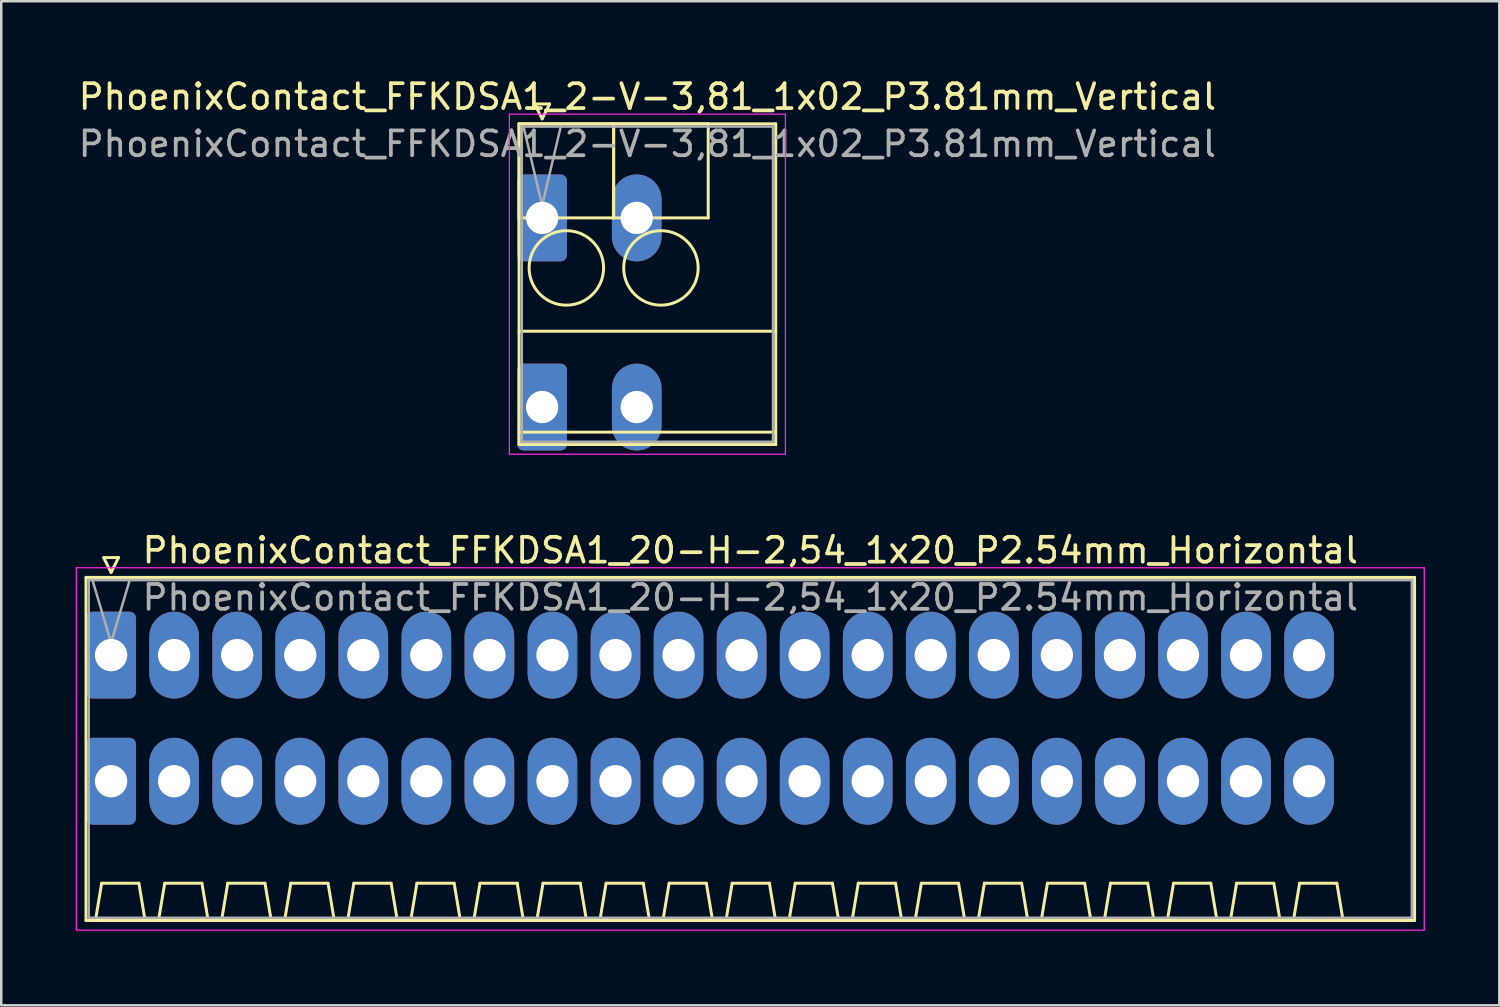
<source format=kicad_pcb>
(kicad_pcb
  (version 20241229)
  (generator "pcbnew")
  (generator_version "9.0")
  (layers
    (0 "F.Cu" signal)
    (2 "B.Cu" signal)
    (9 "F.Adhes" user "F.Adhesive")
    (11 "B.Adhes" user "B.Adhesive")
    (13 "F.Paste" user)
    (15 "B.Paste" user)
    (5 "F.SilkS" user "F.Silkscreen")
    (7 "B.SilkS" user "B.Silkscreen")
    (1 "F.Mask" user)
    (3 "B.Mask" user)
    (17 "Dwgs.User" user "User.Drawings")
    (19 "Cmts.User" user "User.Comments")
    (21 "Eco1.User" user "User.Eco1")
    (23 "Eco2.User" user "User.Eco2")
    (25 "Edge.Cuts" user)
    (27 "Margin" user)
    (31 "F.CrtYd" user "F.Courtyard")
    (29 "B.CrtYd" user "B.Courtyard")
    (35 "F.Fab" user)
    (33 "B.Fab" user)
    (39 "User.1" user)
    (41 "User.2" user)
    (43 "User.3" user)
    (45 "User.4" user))
  (footprint "PhoenixContact_FFKDSA1_2-V-3,81_1x02_P3.81mm_Vertical"
    (layer "F.Cu")
    (at 18.79 5.728)
    (property "Reference" "PhoenixContact_FFKDSA1_2-V-3,81_1x02_P3.81mm_Vertical" (at 4.24 -4.88 0) (layer "F.SilkS") (effects (font (size 1 1) (thickness 0.15))))
    (attr through_hole)
    (fp_line (start -0.93 -3.79) (end -0.93 0) (stroke (width 0.12) (type solid)) (layer "F.SilkS"))
    (fp_line (start -0.93 -3.79) (end -0.93 9.13) (stroke (width 0.12) (type solid)) (layer "F.SilkS"))
    (fp_line (start -0.93 0) (end 2.88 0) (stroke (width 0.12) (type solid)) (layer "F.SilkS"))
    (fp_line (start -0.93 4.565) (end 9.41 4.565) (stroke (width 0.12) (type solid)) (layer "F.SilkS"))
    (fp_line (start -0.93 8.63) (end 9.41 8.63) (stroke (width 0.12) (type solid)) (layer "F.SilkS"))
    (fp_line (start -0.93 9.13) (end 9.41 9.13) (stroke (width 0.12) (type solid)) (layer "F.SilkS"))
    (fp_line (start -0.3 -4.59) (end 0.3 -4.59) (stroke (width 0.12) (type solid)) (layer "F.SilkS"))
    (fp_line (start 0 -3.99) (end -0.3 -4.59) (stroke (width 0.12) (type solid)) (layer "F.SilkS"))
    (fp_line (start 0.3 -4.59) (end 0 -3.99) (stroke (width 0.12) (type solid)) (layer "F.SilkS"))
    (fp_line (start 2.88 -3.79) (end -0.93 -3.79) (stroke (width 0.12) (type solid)) (layer "F.SilkS"))
    (fp_line (start 2.88 -3.79) (end 2.88 0) (stroke (width 0.12) (type solid)) (layer "F.SilkS"))
    (fp_line (start 2.88 0) (end 2.88 -3.79) (stroke (width 0.12) (type solid)) (layer "F.SilkS"))
    (fp_line (start 2.88 0) (end 6.69 0) (stroke (width 0.12) (type solid)) (layer "F.SilkS"))
    (fp_line (start 6.69 -3.79) (end 2.88 -3.79) (stroke (width 0.12) (type solid)) (layer "F.SilkS"))
    (fp_line (start 6.69 0) (end 6.69 -3.79) (stroke (width 0.12) (type solid)) (layer "F.SilkS"))
    (fp_line (start 9.41 -3.79) (end -0.93 -3.79) (stroke (width 0.12) (type solid)) (layer "F.SilkS"))
    (fp_line (start 9.41 9.13) (end 9.41 -3.79) (stroke (width 0.12) (type solid)) (layer "F.SilkS"))
    (fp_circle (center 0.975 2.015) (end 2.475 2.015) (stroke (width 0.12) (type solid)) (fill no) (layer "F.SilkS"))
    (fp_circle (center 4.785 2.015) (end 6.285 2.015) (stroke (width 0.12) (type solid)) (fill no) (layer "F.SilkS"))
    (fp_line (start -1.32 -4.18) (end -1.32 9.52) (stroke (width 0.05) (type solid)) (layer "F.CrtYd"))
    (fp_line (start -1.32 9.52) (end 9.8 9.52) (stroke (width 0.05) (type solid)) (layer "F.CrtYd"))
    (fp_line (start 9.8 -4.18) (end -1.32 -4.18) (stroke (width 0.05) (type solid)) (layer "F.CrtYd"))
    (fp_line (start 9.8 9.52) (end 9.8 -4.18) (stroke (width 0.05) (type solid)) (layer "F.CrtYd"))
    (fp_line (start -0.82 -3.68) (end -0.82 9.02) (stroke (width 0.1) (type solid)) (layer "F.Fab"))
    (fp_line (start -0.82 9.02) (end 9.3 9.02) (stroke (width 0.1) (type solid)) (layer "F.Fab"))
    (fp_line (start 0 -0.5) (end -0.75 -3.68) (stroke (width 0.1) (type solid)) (layer "F.Fab"))
    (fp_line (start 0.75 -3.68) (end 0 -0.5) (stroke (width 0.1) (type solid)) (layer "F.Fab"))
    (fp_line (start 9.3 -3.68) (end -0.82 -3.68) (stroke (width 0.1) (type solid)) (layer "F.Fab"))
    (fp_line (start 9.3 9.02) (end 9.3 -3.68) (stroke (width 0.1) (type solid)) (layer "F.Fab"))
    (fp_text user "${REFERENCE}" (at 4.24 -2.98 0) (layer "F.Fab") (effects (font (size 1 1) (thickness 0.15))))
    (pad "1" thru_hole roundrect (at 0 0) (size 2 3.5) (drill 1.3) (layers "*.Cu" "*.Mask") (roundrect_rratio 0.125))
    (pad "1" thru_hole roundrect (at 0 7.62) (size 2 3.5) (drill 1.3) (layers "*.Cu" "*.Mask") (roundrect_rratio 0.125))
    (pad "2" thru_hole oval (at 3.81 0) (size 2 3.5) (drill 1.3) (layers "*.Cu" "*.Mask"))
    (pad "2" thru_hole oval (at 3.81 7.62) (size 2 3.5) (drill 1.3) (layers "*.Cu" "*.Mask")))
  (footprint "PhoenixContact_FFKDSA1_20-H-2,54_1x20_P2.54mm_Horizontal"
    (layer "F.Cu")
    (at 1.425 23.341)
    (property "Reference" "PhoenixContact_FFKDSA1_20-H-2,54_1x20_P2.54mm_Horizontal" (at 25.75 -4.22 0) (layer "F.SilkS") (effects (font (size 1 1) (thickness 0.15))))
    (attr through_hole)
    (fp_line (start -1.01 -3.13) (end -1.01 10.69) (stroke (width 0.12) (type solid)) (layer "F.SilkS"))
    (fp_line (start -1.01 10.69) (end 52.51 10.69) (stroke (width 0.12) (type solid)) (layer "F.SilkS"))
    (fp_line (start -0.63 10.69) (end 1.37 10.69) (stroke (width 0.12) (type solid)) (layer "F.SilkS"))
    (fp_line (start -0.38 9.19) (end -0.63 10.69) (stroke (width 0.12) (type solid)) (layer "F.SilkS"))
    (fp_line (start -0.3 -3.93) (end 0.3 -3.93) (stroke (width 0.12) (type solid)) (layer "F.SilkS"))
    (fp_line (start 0 -3.33) (end -0.3 -3.93) (stroke (width 0.12) (type solid)) (layer "F.SilkS"))
    (fp_line (start 0.3 -3.93) (end 0 -3.33) (stroke (width 0.12) (type solid)) (layer "F.SilkS"))
    (fp_line (start 1.12 9.19) (end -0.38 9.19) (stroke (width 0.12) (type solid)) (layer "F.SilkS"))
    (fp_line (start 1.37 10.69) (end 1.12 9.19) (stroke (width 0.12) (type solid)) (layer "F.SilkS"))
    (fp_line (start 1.91 10.69) (end 3.91 10.69) (stroke (width 0.12) (type solid)) (layer "F.SilkS"))
    (fp_line (start 2.16 9.19) (end 1.91 10.69) (stroke (width 0.12) (type solid)) (layer "F.SilkS"))
    (fp_line (start 3.66 9.19) (end 2.16 9.19) (stroke (width 0.12) (type solid)) (layer "F.SilkS"))
    (fp_line (start 3.91 10.69) (end 3.66 9.19) (stroke (width 0.12) (type solid)) (layer "F.SilkS"))
    (fp_line (start 4.45 10.69) (end 6.45 10.69) (stroke (width 0.12) (type solid)) (layer "F.SilkS"))
    (fp_line (start 4.7 9.19) (end 4.45 10.69) (stroke (width 0.12) (type solid)) (layer "F.SilkS"))
    (fp_line (start 6.2 9.19) (end 4.7 9.19) (stroke (width 0.12) (type solid)) (layer "F.SilkS"))
    (fp_line (start 6.45 10.69) (end 6.2 9.19) (stroke (width 0.12) (type solid)) (layer "F.SilkS"))
    (fp_line (start 6.99 10.69) (end 8.99 10.69) (stroke (width 0.12) (type solid)) (layer "F.SilkS"))
    (fp_line (start 7.24 9.19) (end 6.99 10.69) (stroke (width 0.12) (type solid)) (layer "F.SilkS"))
    (fp_line (start 8.74 9.19) (end 7.24 9.19) (stroke (width 0.12) (type solid)) (layer "F.SilkS"))
    (fp_line (start 8.99 10.69) (end 8.74 9.19) (stroke (width 0.12) (type solid)) (layer "F.SilkS"))
    (fp_line (start 9.53 10.69) (end 11.53 10.69) (stroke (width 0.12) (type solid)) (layer "F.SilkS"))
    (fp_line (start 9.78 9.19) (end 9.53 10.69) (stroke (width 0.12) (type solid)) (layer "F.SilkS"))
    (fp_line (start 11.28 9.19) (end 9.78 9.19) (stroke (width 0.12) (type solid)) (layer "F.SilkS"))
    (fp_line (start 11.53 10.69) (end 11.28 9.19) (stroke (width 0.12) (type solid)) (layer "F.SilkS"))
    (fp_line (start 12.07 10.69) (end 14.07 10.69) (stroke (width 0.12) (type solid)) (layer "F.SilkS"))
    (fp_line (start 12.32 9.19) (end 12.07 10.69) (stroke (width 0.12) (type solid)) (layer "F.SilkS"))
    (fp_line (start 13.82 9.19) (end 12.32 9.19) (stroke (width 0.12) (type solid)) (layer "F.SilkS"))
    (fp_line (start 14.07 10.69) (end 13.82 9.19) (stroke (width 0.12) (type solid)) (layer "F.SilkS"))
    (fp_line (start 14.61 10.69) (end 16.61 10.69) (stroke (width 0.12) (type solid)) (layer "F.SilkS"))
    (fp_line (start 14.86 9.19) (end 14.61 10.69) (stroke (width 0.12) (type solid)) (layer "F.SilkS"))
    (fp_line (start 16.36 9.19) (end 14.86 9.19) (stroke (width 0.12) (type solid)) (layer "F.SilkS"))
    (fp_line (start 16.61 10.69) (end 16.36 9.19) (stroke (width 0.12) (type solid)) (layer "F.SilkS"))
    (fp_line (start 17.15 10.69) (end 19.15 10.69) (stroke (width 0.12) (type solid)) (layer "F.SilkS"))
    (fp_line (start 17.4 9.19) (end 17.15 10.69) (stroke (width 0.12) (type solid)) (layer "F.SilkS"))
    (fp_line (start 18.9 9.19) (end 17.4 9.19) (stroke (width 0.12) (type solid)) (layer "F.SilkS"))
    (fp_line (start 19.15 10.69) (end 18.9 9.19) (stroke (width 0.12) (type solid)) (layer "F.SilkS"))
    (fp_line (start 19.69 10.69) (end 21.69 10.69) (stroke (width 0.12) (type solid)) (layer "F.SilkS"))
    (fp_line (start 19.94 9.19) (end 19.69 10.69) (stroke (width 0.12) (type solid)) (layer "F.SilkS"))
    (fp_line (start 21.44 9.19) (end 19.94 9.19) (stroke (width 0.12) (type solid)) (layer "F.SilkS"))
    (fp_line (start 21.69 10.69) (end 21.44 9.19) (stroke (width 0.12) (type solid)) (layer "F.SilkS"))
    (fp_line (start 22.23 10.69) (end 24.23 10.69) (stroke (width 0.12) (type solid)) (layer "F.SilkS"))
    (fp_line (start 22.48 9.19) (end 22.23 10.69) (stroke (width 0.12) (type solid)) (layer "F.SilkS"))
    (fp_line (start 23.98 9.19) (end 22.48 9.19) (stroke (width 0.12) (type solid)) (layer "F.SilkS"))
    (fp_line (start 24.23 10.69) (end 23.98 9.19) (stroke (width 0.12) (type solid)) (layer "F.SilkS"))
    (fp_line (start 24.77 10.69) (end 26.77 10.69) (stroke (width 0.12) (type solid)) (layer "F.SilkS"))
    (fp_line (start 25.02 9.19) (end 24.77 10.69) (stroke (width 0.12) (type solid)) (layer "F.SilkS"))
    (fp_line (start 26.52 9.19) (end 25.02 9.19) (stroke (width 0.12) (type solid)) (layer "F.SilkS"))
    (fp_line (start 26.77 10.69) (end 26.52 9.19) (stroke (width 0.12) (type solid)) (layer "F.SilkS"))
    (fp_line (start 27.31 10.69) (end 29.31 10.69) (stroke (width 0.12) (type solid)) (layer "F.SilkS"))
    (fp_line (start 27.56 9.19) (end 27.31 10.69) (stroke (width 0.12) (type solid)) (layer "F.SilkS"))
    (fp_line (start 29.06 9.19) (end 27.56 9.19) (stroke (width 0.12) (type solid)) (layer "F.SilkS"))
    (fp_line (start 29.31 10.69) (end 29.06 9.19) (stroke (width 0.12) (type solid)) (layer "F.SilkS"))
    (fp_line (start 29.85 10.69) (end 31.85 10.69) (stroke (width 0.12) (type solid)) (layer "F.SilkS"))
    (fp_line (start 30.1 9.19) (end 29.85 10.69) (stroke (width 0.12) (type solid)) (layer "F.SilkS"))
    (fp_line (start 31.6 9.19) (end 30.1 9.19) (stroke (width 0.12) (type solid)) (layer "F.SilkS"))
    (fp_line (start 31.85 10.69) (end 31.6 9.19) (stroke (width 0.12) (type solid)) (layer "F.SilkS"))
    (fp_line (start 32.39 10.69) (end 34.39 10.69) (stroke (width 0.12) (type solid)) (layer "F.SilkS"))
    (fp_line (start 32.64 9.19) (end 32.39 10.69) (stroke (width 0.12) (type solid)) (layer "F.SilkS"))
    (fp_line (start 34.14 9.19) (end 32.64 9.19) (stroke (width 0.12) (type solid)) (layer "F.SilkS"))
    (fp_line (start 34.39 10.69) (end 34.14 9.19) (stroke (width 0.12) (type solid)) (layer "F.SilkS"))
    (fp_line (start 34.93 10.69) (end 36.93 10.69) (stroke (width 0.12) (type solid)) (layer "F.SilkS"))
    (fp_line (start 35.18 9.19) (end 34.93 10.69) (stroke (width 0.12) (type solid)) (layer "F.SilkS"))
    (fp_line (start 36.68 9.19) (end 35.18 9.19) (stroke (width 0.12) (type solid)) (layer "F.SilkS"))
    (fp_line (start 36.93 10.69) (end 36.68 9.19) (stroke (width 0.12) (type solid)) (layer "F.SilkS"))
    (fp_line (start 37.47 10.69) (end 39.47 10.69) (stroke (width 0.12) (type solid)) (layer "F.SilkS"))
    (fp_line (start 37.72 9.19) (end 37.47 10.69) (stroke (width 0.12) (type solid)) (layer "F.SilkS"))
    (fp_line (start 39.22 9.19) (end 37.72 9.19) (stroke (width 0.12) (type solid)) (layer "F.SilkS"))
    (fp_line (start 39.47 10.69) (end 39.22 9.19) (stroke (width 0.12) (type solid)) (layer "F.SilkS"))
    (fp_line (start 40.01 10.69) (end 42.01 10.69) (stroke (width 0.12) (type solid)) (layer "F.SilkS"))
    (fp_line (start 40.26 9.19) (end 40.01 10.69) (stroke (width 0.12) (type solid)) (layer "F.SilkS"))
    (fp_line (start 41.76 9.19) (end 40.26 9.19) (stroke (width 0.12) (type solid)) (layer "F.SilkS"))
    (fp_line (start 42.01 10.69) (end 41.76 9.19) (stroke (width 0.12) (type solid)) (layer "F.SilkS"))
    (fp_line (start 42.55 10.69) (end 44.55 10.69) (stroke (width 0.12) (type solid)) (layer "F.SilkS"))
    (fp_line (start 42.8 9.19) (end 42.55 10.69) (stroke (width 0.12) (type solid)) (layer "F.SilkS"))
    (fp_line (start 44.3 9.19) (end 42.8 9.19) (stroke (width 0.12) (type solid)) (layer "F.SilkS"))
    (fp_line (start 44.55 10.69) (end 44.3 9.19) (stroke (width 0.12) (type solid)) (layer "F.SilkS"))
    (fp_line (start 45.09 10.69) (end 47.09 10.69) (stroke (width 0.12) (type solid)) (layer "F.SilkS"))
    (fp_line (start 45.34 9.19) (end 45.09 10.69) (stroke (width 0.12) (type solid)) (layer "F.SilkS"))
    (fp_line (start 46.84 9.19) (end 45.34 9.19) (stroke (width 0.12) (type solid)) (layer "F.SilkS"))
    (fp_line (start 47.09 10.69) (end 46.84 9.19) (stroke (width 0.12) (type solid)) (layer "F.SilkS"))
    (fp_line (start 47.63 10.69) (end 49.63 10.69) (stroke (width 0.12) (type solid)) (layer "F.SilkS"))
    (fp_line (start 47.88 9.19) (end 47.63 10.69) (stroke (width 0.12) (type solid)) (layer "F.SilkS"))
    (fp_line (start 49.38 9.19) (end 47.88 9.19) (stroke (width 0.12) (type solid)) (layer "F.SilkS"))
    (fp_line (start 49.63 10.69) (end 49.38 9.19) (stroke (width 0.12) (type solid)) (layer "F.SilkS"))
    (fp_line (start 52.51 -3.13) (end -1.01 -3.13) (stroke (width 0.12) (type solid)) (layer "F.SilkS"))
    (fp_line (start 52.51 10.69) (end 52.51 -3.13) (stroke (width 0.12) (type solid)) (layer "F.SilkS"))
    (fp_line (start -1.4 -3.52) (end -1.4 11.08) (stroke (width 0.05) (type solid)) (layer "F.CrtYd"))
    (fp_line (start -1.4 11.08) (end 52.9 11.08) (stroke (width 0.05) (type solid)) (layer "F.CrtYd"))
    (fp_line (start 52.9 -3.52) (end -1.4 -3.52) (stroke (width 0.05) (type solid)) (layer "F.CrtYd"))
    (fp_line (start 52.9 11.08) (end 52.9 -3.52) (stroke (width 0.05) (type solid)) (layer "F.CrtYd"))
    (fp_line (start -0.9 -3.02) (end -0.9 10.58) (stroke (width 0.1) (type solid)) (layer "F.Fab"))
    (fp_line (start -0.9 10.58) (end 52.4 10.58) (stroke (width 0.1) (type solid)) (layer "F.Fab"))
    (fp_line (start 0 -0.5) (end -0.75 -3.02) (stroke (width 0.1) (type solid)) (layer "F.Fab"))
    (fp_line (start 0.75 -3.02) (end 0 -0.5) (stroke (width 0.1) (type solid)) (layer "F.Fab"))
    (fp_line (start 52.4 -3.02) (end -0.9 -3.02) (stroke (width 0.1) (type solid)) (layer "F.Fab"))
    (fp_line (start 52.4 10.58) (end 52.4 -3.02) (stroke (width 0.1) (type solid)) (layer "F.Fab"))
    (fp_text user "${REFERENCE}" (at 25.75 -2.32 0) (layer "F.Fab") (effects (font (size 1 1) (thickness 0.15))))
    (pad "1" thru_hole roundrect (at 0 0) (size 2 3.5) (drill 1.3) (layers "*.Cu" "*.Mask") (roundrect_rratio 0.125))
    (pad "1" thru_hole roundrect (at 0 5.08) (size 2 3.5) (drill 1.3) (layers "*.Cu" "*.Mask") (roundrect_rratio 0.125))
    (pad "2" thru_hole oval (at 2.54 0) (size 2 3.5) (drill 1.3) (layers "*.Cu" "*.Mask"))
    (pad "2" thru_hole oval (at 2.54 5.08) (size 2 3.5) (drill 1.3) (layers "*.Cu" "*.Mask"))
    (pad "3" thru_hole oval (at 5.08 0) (size 2 3.5) (drill 1.3) (layers "*.Cu" "*.Mask"))
    (pad "3" thru_hole oval (at 5.08 5.08) (size 2 3.5) (drill 1.3) (layers "*.Cu" "*.Mask"))
    (pad "4" thru_hole oval (at 7.62 0) (size 2 3.5) (drill 1.3) (layers "*.Cu" "*.Mask"))
    (pad "4" thru_hole oval (at 7.62 5.08) (size 2 3.5) (drill 1.3) (layers "*.Cu" "*.Mask"))
    (pad "5" thru_hole oval (at 10.16 0) (size 2 3.5) (drill 1.3) (layers "*.Cu" "*.Mask"))
    (pad "5" thru_hole oval (at 10.16 5.08) (size 2 3.5) (drill 1.3) (layers "*.Cu" "*.Mask"))
    (pad "6" thru_hole oval (at 12.7 0) (size 2 3.5) (drill 1.3) (layers "*.Cu" "*.Mask"))
    (pad "6" thru_hole oval (at 12.7 5.08) (size 2 3.5) (drill 1.3) (layers "*.Cu" "*.Mask"))
    (pad "7" thru_hole oval (at 15.24 0) (size 2 3.5) (drill 1.3) (layers "*.Cu" "*.Mask"))
    (pad "7" thru_hole oval (at 15.24 5.08) (size 2 3.5) (drill 1.3) (layers "*.Cu" "*.Mask"))
    (pad "8" thru_hole oval (at 17.78 0) (size 2 3.5) (drill 1.3) (layers "*.Cu" "*.Mask"))
    (pad "8" thru_hole oval (at 17.78 5.08) (size 2 3.5) (drill 1.3) (layers "*.Cu" "*.Mask"))
    (pad "9" thru_hole oval (at 20.32 0) (size 2 3.5) (drill 1.3) (layers "*.Cu" "*.Mask"))
    (pad "9" thru_hole oval (at 20.32 5.08) (size 2 3.5) (drill 1.3) (layers "*.Cu" "*.Mask"))
    (pad "10" thru_hole oval (at 22.86 0) (size 2 3.5) (drill 1.3) (layers "*.Cu" "*.Mask"))
    (pad "10" thru_hole oval (at 22.86 5.08) (size 2 3.5) (drill 1.3) (layers "*.Cu" "*.Mask"))
    (pad "11" thru_hole oval (at 25.4 0) (size 2 3.5) (drill 1.3) (layers "*.Cu" "*.Mask"))
    (pad "11" thru_hole oval (at 25.4 5.08) (size 2 3.5) (drill 1.3) (layers "*.Cu" "*.Mask"))
    (pad "12" thru_hole oval (at 27.94 0) (size 2 3.5) (drill 1.3) (layers "*.Cu" "*.Mask"))
    (pad "12" thru_hole oval (at 27.94 5.08) (size 2 3.5) (drill 1.3) (layers "*.Cu" "*.Mask"))
    (pad "13" thru_hole oval (at 30.48 0) (size 2 3.5) (drill 1.3) (layers "*.Cu" "*.Mask"))
    (pad "13" thru_hole oval (at 30.48 5.08) (size 2 3.5) (drill 1.3) (layers "*.Cu" "*.Mask"))
    (pad "14" thru_hole oval (at 33.02 0) (size 2 3.5) (drill 1.3) (layers "*.Cu" "*.Mask"))
    (pad "14" thru_hole oval (at 33.02 5.08) (size 2 3.5) (drill 1.3) (layers "*.Cu" "*.Mask"))
    (pad "15" thru_hole oval (at 35.56 0) (size 2 3.5) (drill 1.3) (layers "*.Cu" "*.Mask"))
    (pad "15" thru_hole oval (at 35.56 5.08) (size 2 3.5) (drill 1.3) (layers "*.Cu" "*.Mask"))
    (pad "16" thru_hole oval (at 38.1 0) (size 2 3.5) (drill 1.3) (layers "*.Cu" "*.Mask"))
    (pad "16" thru_hole oval (at 38.1 5.08) (size 2 3.5) (drill 1.3) (layers "*.Cu" "*.Mask"))
    (pad "17" thru_hole oval (at 40.64 0) (size 2 3.5) (drill 1.3) (layers "*.Cu" "*.Mask"))
    (pad "17" thru_hole oval (at 40.64 5.08) (size 2 3.5) (drill 1.3) (layers "*.Cu" "*.Mask"))
    (pad "18" thru_hole oval (at 43.18 0) (size 2 3.5) (drill 1.3) (layers "*.Cu" "*.Mask"))
    (pad "18" thru_hole oval (at 43.18 5.08) (size 2 3.5) (drill 1.3) (layers "*.Cu" "*.Mask"))
    (pad "19" thru_hole oval (at 45.72 0) (size 2 3.5) (drill 1.3) (layers "*.Cu" "*.Mask"))
    (pad "19" thru_hole oval (at 45.72 5.08) (size 2 3.5) (drill 1.3) (layers "*.Cu" "*.Mask"))
    (pad "20" thru_hole oval (at 48.26 0) (size 2 3.5) (drill 1.3) (layers "*.Cu" "*.Mask"))
    (pad "20" thru_hole oval (at 48.26 5.08) (size 2 3.5) (drill 1.3) (layers "*.Cu" "*.Mask")))
  (gr_rect
    (start -3 -3)
    (end 57.35 37.447)
    (stroke (width 0.1) (type default))
    (fill no)
    (layer "Edge.Cuts")))
</source>
